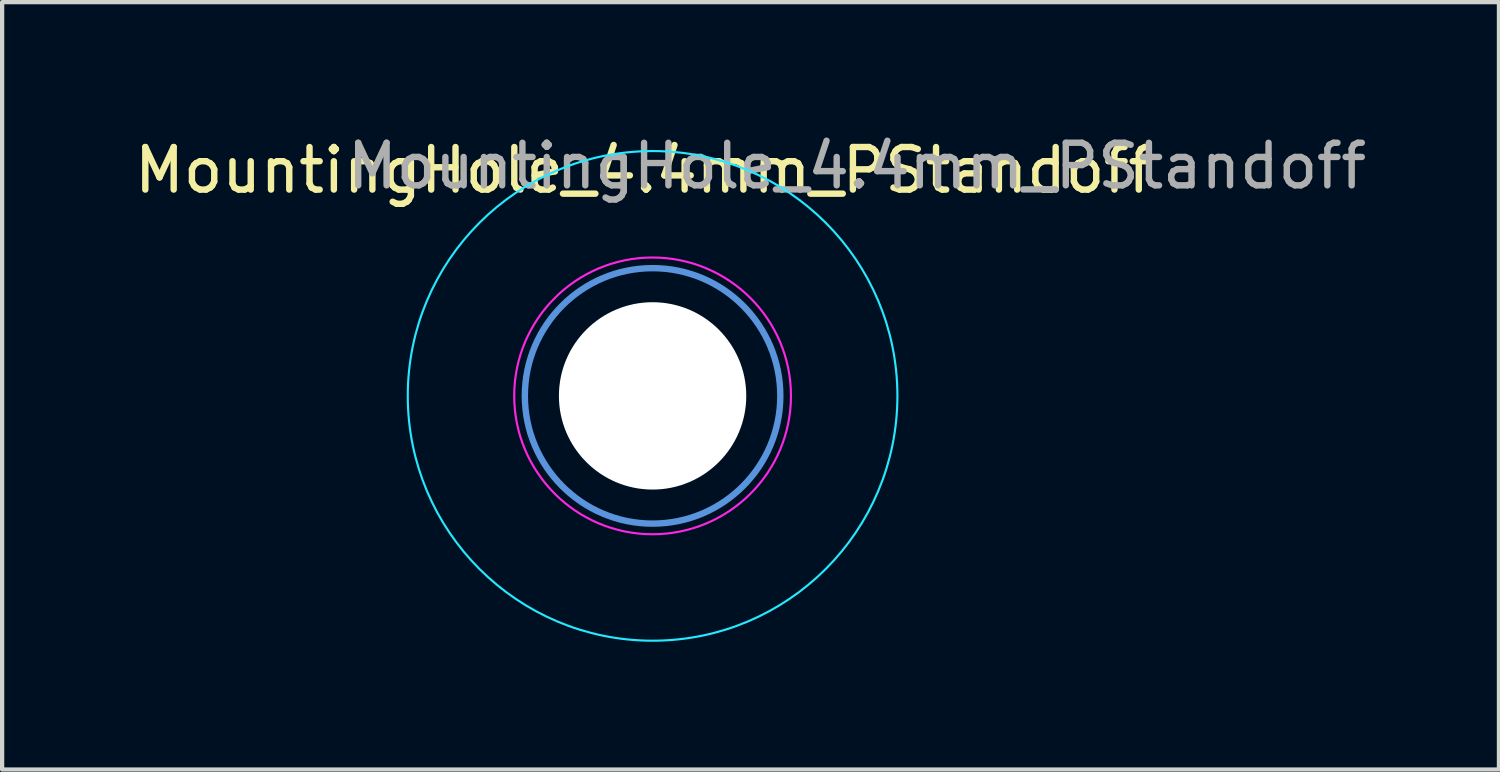
<source format=kicad_pcb>
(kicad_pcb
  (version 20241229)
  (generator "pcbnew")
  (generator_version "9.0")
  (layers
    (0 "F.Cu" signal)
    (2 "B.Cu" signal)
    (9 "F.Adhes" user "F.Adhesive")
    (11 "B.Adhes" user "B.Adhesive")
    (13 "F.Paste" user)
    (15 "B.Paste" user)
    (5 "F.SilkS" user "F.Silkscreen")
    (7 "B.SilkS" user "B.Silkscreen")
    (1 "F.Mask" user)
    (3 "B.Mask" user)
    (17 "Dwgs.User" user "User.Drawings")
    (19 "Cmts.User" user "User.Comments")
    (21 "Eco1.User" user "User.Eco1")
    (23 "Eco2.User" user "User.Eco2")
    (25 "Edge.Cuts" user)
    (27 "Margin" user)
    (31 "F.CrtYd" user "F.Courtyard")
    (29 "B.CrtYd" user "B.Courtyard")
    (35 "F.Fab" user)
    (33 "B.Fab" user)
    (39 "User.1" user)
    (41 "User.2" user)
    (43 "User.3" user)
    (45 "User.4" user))
  (footprint "MountingHole_4.4mm_PStandoff"
    (layer "F.Cu")
    (at 12.277 6.248)
    (property "Reference" "MountingHole_4.4mm_PStandoff" (at -0.2 -5.3 0) (layer "F.SilkS") (effects (font (size 1 1) (thickness 0.15))))
    (attr through_hole)
    (fp_circle (center 0 0) (end 3 0) (stroke (width 0.15) (type solid)) (fill no) (layer "Cmts.User"))
    (fp_circle (center 0 0) (end 5.75 0) (stroke (width 0.05) (type solid)) (fill no) (layer "B.CrtYd"))
    (fp_circle (center 0 0) (end 3.25 0) (stroke (width 0.05) (type solid)) (fill no) (layer "F.CrtYd"))
    (fp_text user "${REFERENCE}" (at 4.8 -5.4 0) (layer "F.Fab") (effects (font (size 1 1) (thickness 0.15))))
    (pad "" np_thru_hole circle (at 0 0) (size 4.4 4.4) (drill 4.4) (layers "*.Cu" "*.Mask")))
  (gr_rect
    (start -3 -3)
    (end 32.155 15.023)
    (stroke (width 0.1) (type default))
    (fill no)
    (layer "Edge.Cuts")))
</source>
